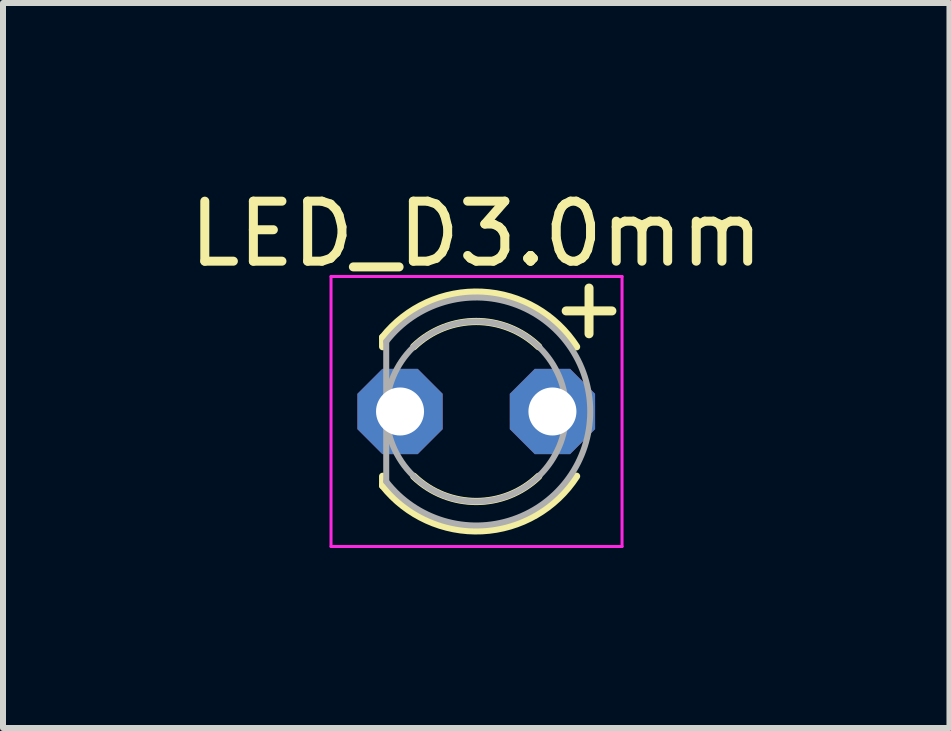
<source format=kicad_pcb>
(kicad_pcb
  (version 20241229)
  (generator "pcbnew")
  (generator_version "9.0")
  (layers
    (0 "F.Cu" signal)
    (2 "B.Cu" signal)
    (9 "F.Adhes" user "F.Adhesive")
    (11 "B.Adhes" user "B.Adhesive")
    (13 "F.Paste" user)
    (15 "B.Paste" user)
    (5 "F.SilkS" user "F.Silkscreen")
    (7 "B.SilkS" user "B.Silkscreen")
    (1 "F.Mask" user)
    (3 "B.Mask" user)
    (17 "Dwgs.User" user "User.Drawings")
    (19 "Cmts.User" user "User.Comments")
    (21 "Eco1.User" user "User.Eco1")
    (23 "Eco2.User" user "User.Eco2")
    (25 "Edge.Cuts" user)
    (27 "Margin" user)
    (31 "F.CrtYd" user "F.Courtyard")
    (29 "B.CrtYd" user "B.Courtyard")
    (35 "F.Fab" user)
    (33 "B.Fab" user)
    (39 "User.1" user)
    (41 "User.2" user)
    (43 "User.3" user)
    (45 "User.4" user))
  (footprint "LED_D3.0mm"
    (layer "F.Cu")
    (at 3.617 3.808)
    (property "Reference" "LED_D3.0mm" (at 1.27 -2.96 0) (layer "F.SilkS") (effects (font (size 1 1) (thickness 0.15))))
    (attr through_hole)
    (fp_line (start -0.29 -1.236) (end -0.29 -1.08) (stroke (width 0.12) (type solid)) (layer "F.SilkS"))
    (fp_line (start -0.29 1.08) (end -0.29 1.236) (stroke (width 0.12) (type solid)) (layer "F.SilkS"))
    (fp_arc (start -0.29 -1.235516) (mid 1.366487 -1.987659) (end 2.942335 -1.078608) (stroke (width 0.12) (type solid)) (layer "F.SilkS"))
    (fp_arc (start 0.229039 -1.08) (mid 1.270117 -1.5) (end 2.31113 -1.079837) (stroke (width 0.12) (type solid)) (layer "F.SilkS"))
    (fp_arc (start 2.31113 1.079837) (mid 1.270117 1.5) (end 0.229039 1.08) (stroke (width 0.12) (type solid)) (layer "F.SilkS"))
    (fp_arc (start 2.942335 1.078608) (mid 1.366487 1.987659) (end -0.29 1.235516) (stroke (width 0.12) (type solid)) (layer "F.SilkS"))
    (fp_line (start -1.15 -2.25) (end -1.15 2.25) (stroke (width 0.05) (type solid)) (layer "F.CrtYd"))
    (fp_line (start -1.15 2.25) (end 3.7 2.25) (stroke (width 0.05) (type solid)) (layer "F.CrtYd"))
    (fp_line (start 3.7 -2.25) (end -1.15 -2.25) (stroke (width 0.05) (type solid)) (layer "F.CrtYd"))
    (fp_line (start 3.7 2.25) (end 3.7 -2.25) (stroke (width 0.05) (type solid)) (layer "F.CrtYd"))
    (fp_line (start -0.23 -1.166) (end -0.23 1.166) (stroke (width 0.1) (type solid)) (layer "F.Fab"))
    (fp_arc (start -0.23 -1.16619) (mid 3.17 0.000452) (end -0.230555 1.165476) (stroke (width 0.1) (type solid)) (layer "F.Fab"))
    (fp_circle (center 1.27 0) (end 2.77 0) (stroke (width 0.1) (type solid)) (fill no) (layer "F.Fab"))
    (fp_text user "+" (at 3.15 -1.75 0) (layer "F.SilkS") (effects (font (size 1 1) (thickness 0.15))))
    (pad "1" thru_hole custom (at 0 0 22.5) (size 1.3 1.3) (drill 0.8) (layers "*.Cu" "*.Mask") (options (anchor circle)) (primitives (gr_poly (pts (xy 0.769 0) (xy 0.544 0.544) (xy 0 0.769) (xy -0.544 0.544) (xy -0.769 0) (xy -0.544 -0.544) (xy 0 -0.769) (xy 0.544 -0.544)) (width 0) (fill yes))))
    (pad "2" thru_hole custom (at 2.54 0 22.5) (size 1.3 1.3) (drill 0.8) (layers "*.Cu" "*.Mask") (options (anchor circle)) (primitives (gr_poly (pts (xy 0.769 0) (xy 0.544 0.544) (xy 0 0.769) (xy -0.544 0.544) (xy -0.769 0) (xy -0.544 -0.544) (xy 0 -0.769) (xy 0.544 -0.544)) (width 0) (fill yes)))))
  (gr_rect
    (start -3 -3)
    (end 12.774 9.083)
    (stroke (width 0.1) (type default))
    (fill no)
    (layer "Edge.Cuts")))
</source>
